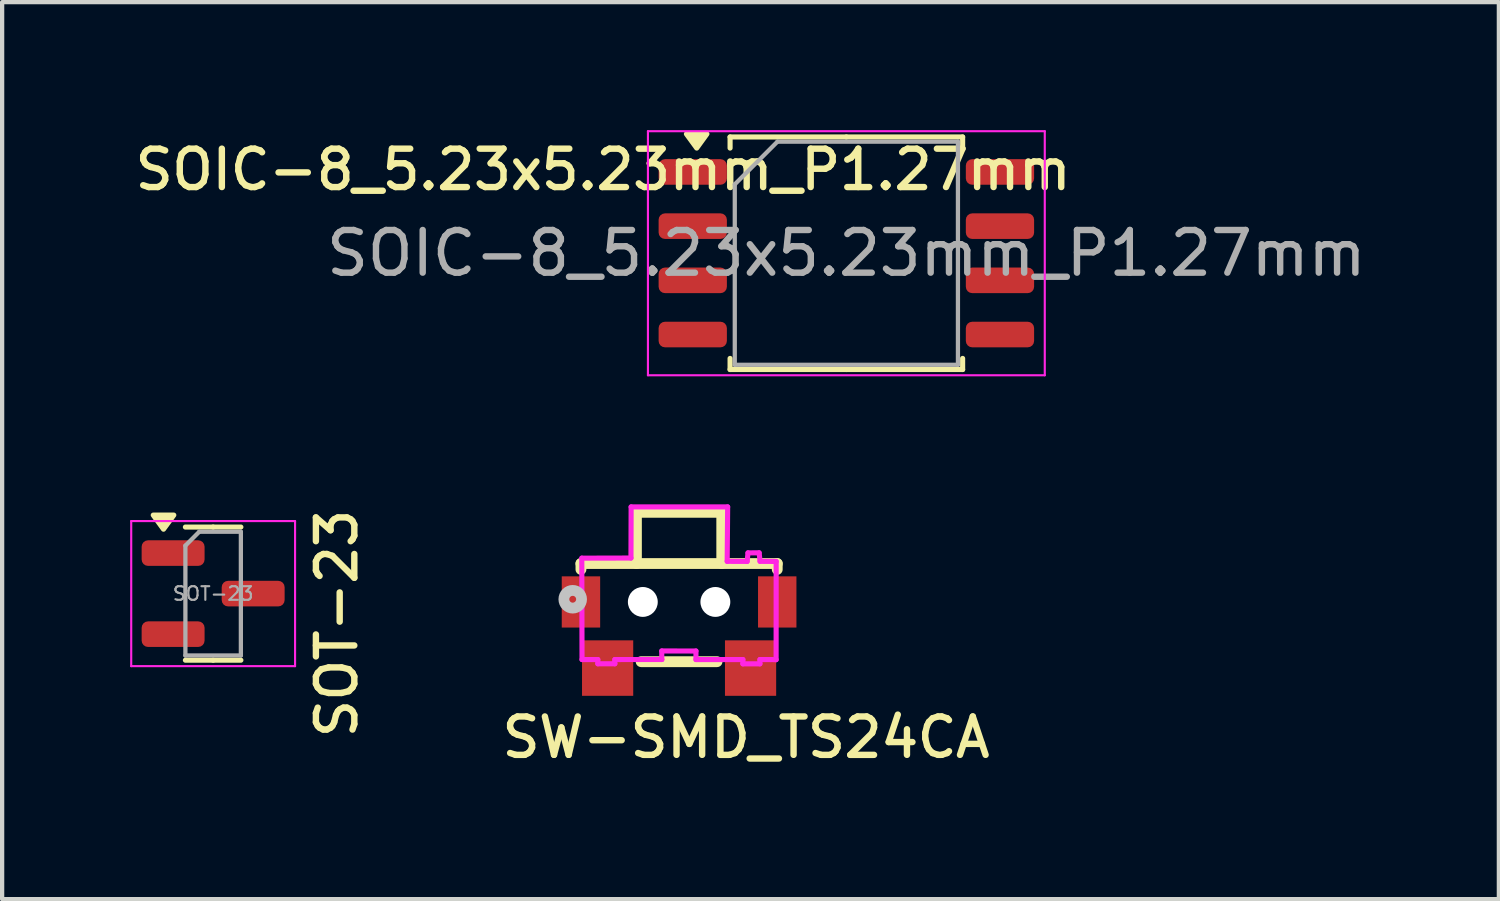
<source format=kicad_pcb>
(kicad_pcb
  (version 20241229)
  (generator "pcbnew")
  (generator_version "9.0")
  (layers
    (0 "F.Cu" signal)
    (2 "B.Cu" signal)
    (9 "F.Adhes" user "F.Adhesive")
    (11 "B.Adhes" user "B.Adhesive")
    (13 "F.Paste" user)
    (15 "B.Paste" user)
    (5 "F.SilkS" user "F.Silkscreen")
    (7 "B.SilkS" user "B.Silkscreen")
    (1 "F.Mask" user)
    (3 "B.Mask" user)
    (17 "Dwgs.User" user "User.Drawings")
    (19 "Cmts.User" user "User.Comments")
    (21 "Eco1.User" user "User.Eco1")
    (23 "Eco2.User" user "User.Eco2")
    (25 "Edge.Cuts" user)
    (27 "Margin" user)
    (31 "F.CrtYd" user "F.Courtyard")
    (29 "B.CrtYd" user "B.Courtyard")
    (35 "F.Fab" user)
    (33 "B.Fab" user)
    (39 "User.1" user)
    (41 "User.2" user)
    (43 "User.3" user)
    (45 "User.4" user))
  (footprint "SOIC-8_5.23x5.23mm_P1.27mm"
    (layer "F.Cu")
    (at 16.785 2.885)
    (property "Reference" "SOIC-8_5.23x5.23mm_P1.27mm" (at -5.7 -1.96 0) (layer "F.SilkS") (effects (font (size 0.9 0.9) (thickness 0.15))))
    (attr smd)
    (fp_line (start -2.725 -2.725) (end -2.725 -2.465) (stroke (width 0.12) (type solid)) (layer "F.SilkS"))
    (fp_line (start -2.725 2.725) (end -2.725 2.465) (stroke (width 0.12) (type solid)) (layer "F.SilkS"))
    (fp_line (start 0 -2.725) (end -2.725 -2.725) (stroke (width 0.12) (type solid)) (layer "F.SilkS"))
    (fp_line (start 0 -2.725) (end 2.725 -2.725) (stroke (width 0.12) (type solid)) (layer "F.SilkS"))
    (fp_line (start 0 2.725) (end -2.725 2.725) (stroke (width 0.12) (type solid)) (layer "F.SilkS"))
    (fp_line (start 0 2.725) (end 2.725 2.725) (stroke (width 0.12) (type solid)) (layer "F.SilkS"))
    (fp_line (start 2.725 -2.725) (end 2.725 -2.465) (stroke (width 0.12) (type solid)) (layer "F.SilkS"))
    (fp_line (start 2.725 2.725) (end 2.725 2.465) (stroke (width 0.12) (type solid)) (layer "F.SilkS"))
    (fp_poly (pts (xy -3.507 -2.465) (xy -3.748 -2.795) (xy -3.268 -2.795) (xy -3.507 -2.465)) (stroke (width 0.12) (type solid)) (fill yes) (layer "F.SilkS"))
    (fp_line (start -4.65 -2.86) (end -4.65 2.86) (stroke (width 0.05) (type solid)) (layer "F.CrtYd"))
    (fp_line (start -4.65 2.86) (end 4.65 2.86) (stroke (width 0.05) (type solid)) (layer "F.CrtYd"))
    (fp_line (start 4.65 -2.86) (end -4.65 -2.86) (stroke (width 0.05) (type solid)) (layer "F.CrtYd"))
    (fp_line (start 4.65 2.86) (end 4.65 -2.86) (stroke (width 0.05) (type solid)) (layer "F.CrtYd"))
    (fp_line (start -2.615 -1.615) (end -1.615 -2.615) (stroke (width 0.1) (type solid)) (layer "F.Fab"))
    (fp_line (start -2.615 2.615) (end -2.615 -1.615) (stroke (width 0.1) (type solid)) (layer "F.Fab"))
    (fp_line (start -1.615 -2.615) (end 2.615 -2.615) (stroke (width 0.1) (type solid)) (layer "F.Fab"))
    (fp_line (start 2.615 -2.615) (end 2.615 2.615) (stroke (width 0.1) (type solid)) (layer "F.Fab"))
    (fp_line (start 2.615 2.615) (end -2.615 2.615) (stroke (width 0.1) (type solid)) (layer "F.Fab"))
    (fp_text user "${REFERENCE}" (at 0 0 0) (layer "F.Fab") (effects (font (size 1 1) (thickness 0.15))))
    (pad "1" smd roundrect (at -3.6 -1.905) (size 1.6 0.6) (layers "F.Cu" "F.Mask" "F.Paste") (roundrect_rratio 0.25))
    (pad "2" smd roundrect (at -3.6 -0.635) (size 1.6 0.6) (layers "F.Cu" "F.Mask" "F.Paste") (roundrect_rratio 0.25))
    (pad "3" smd roundrect (at -3.6 0.635) (size 1.6 0.6) (layers "F.Cu" "F.Mask" "F.Paste") (roundrect_rratio 0.25))
    (pad "4" smd roundrect (at -3.6 1.905) (size 1.6 0.6) (layers "F.Cu" "F.Mask" "F.Paste") (roundrect_rratio 0.25))
    (pad "5" smd roundrect (at 3.6 1.905) (size 1.6 0.6) (layers "F.Cu" "F.Mask" "F.Paste") (roundrect_rratio 0.25))
    (pad "6" smd roundrect (at 3.6 0.635) (size 1.6 0.6) (layers "F.Cu" "F.Mask" "F.Paste") (roundrect_rratio 0.25))
    (pad "7" smd roundrect (at 3.6 -0.635) (size 1.6 0.6) (layers "F.Cu" "F.Mask" "F.Paste") (roundrect_rratio 0.25))
    (pad "8" smd roundrect (at 3.6 -1.905) (size 1.6 0.6) (layers "F.Cu" "F.Mask" "F.Paste") (roundrect_rratio 0.25)))
  (footprint "SOT-23"
    (layer "F.Cu")
    (at 1.945 10.862)
    (property "Reference" "SOT-23" (at 2.9 0.7 90) (layer "F.SilkS") (effects (font (size 0.9 0.9) (thickness 0.15))))
    (attr smd)
    (fp_line (start 0 -1.56) (end -0.65 -1.56) (stroke (width 0.12) (type solid)) (layer "F.SilkS"))
    (fp_line (start 0 -1.56) (end 0.65 -1.56) (stroke (width 0.12) (type solid)) (layer "F.SilkS"))
    (fp_line (start 0 1.56) (end -0.65 1.56) (stroke (width 0.12) (type solid)) (layer "F.SilkS"))
    (fp_line (start 0 1.56) (end 0.65 1.56) (stroke (width 0.12) (type solid)) (layer "F.SilkS"))
    (fp_poly (pts (xy -1.163 -1.51) (xy -1.403 -1.84) (xy -0.922 -1.84) (xy -1.163 -1.51)) (stroke (width 0.12) (type solid)) (fill yes) (layer "F.SilkS"))
    (fp_line (start -1.92 -1.7) (end -1.92 1.7) (stroke (width 0.05) (type solid)) (layer "F.CrtYd"))
    (fp_line (start -1.92 1.7) (end 1.92 1.7) (stroke (width 0.05) (type solid)) (layer "F.CrtYd"))
    (fp_line (start 1.92 -1.7) (end -1.92 -1.7) (stroke (width 0.05) (type solid)) (layer "F.CrtYd"))
    (fp_line (start 1.92 1.7) (end 1.92 -1.7) (stroke (width 0.05) (type solid)) (layer "F.CrtYd"))
    (fp_line (start -0.65 -1.125) (end -0.325 -1.45) (stroke (width 0.1) (type solid)) (layer "F.Fab"))
    (fp_line (start -0.65 1.45) (end -0.65 -1.125) (stroke (width 0.1) (type solid)) (layer "F.Fab"))
    (fp_line (start -0.325 -1.45) (end 0.65 -1.45) (stroke (width 0.1) (type solid)) (layer "F.Fab"))
    (fp_line (start 0.65 -1.45) (end 0.65 1.45) (stroke (width 0.1) (type solid)) (layer "F.Fab"))
    (fp_line (start 0.65 1.45) (end -0.65 1.45) (stroke (width 0.1) (type solid)) (layer "F.Fab"))
    (fp_text user "${REFERENCE}" (at 0 0 0) (layer "F.Fab") (effects (font (size 0.32 0.32) (thickness 0.05))))
    (pad "1" smd roundrect (at -0.938 -0.95) (size 1.475 0.6) (layers "F.Cu" "F.Mask" "F.Paste") (roundrect_rratio 0.25))
    (pad "2" smd roundrect (at -0.938 0.95) (size 1.475 0.6) (layers "F.Cu" "F.Mask" "F.Paste") (roundrect_rratio 0.25))
    (pad "3" smd roundrect (at 0.938 0) (size 1.475 0.6) (layers "F.Cu" "F.Mask" "F.Paste") (roundrect_rratio 0.25)))
  (footprint "SW-SMD_TS24CA"
    (layer "F.Cu")
    (at 12.865 11.832)
    (property "Reference" "SW-SMD_TS24CA" (at -4.23 2.4 0) (layer "F.SilkS") (effects (font (size 0.9 0.9) (thickness 0.15)) (justify left)))
    (attr through_hole)
    (fp_line (start -2.3 -1.675) (end 2.3 -1.675) (stroke (width 0.254) (type solid)) (layer "F.SilkS"))
    (fp_line (start -2.3 -1.537) (end -2.3 -1.675) (stroke (width 0.254) (type solid)) (layer "F.SilkS"))
    (fp_line (start -1 -2.875) (end -1 -1.675) (stroke (width 0.254) (type solid)) (layer "F.SilkS"))
    (fp_line (start -1 -2.875) (end 1 -2.875) (stroke (width 0.254) (type solid)) (layer "F.SilkS"))
    (fp_line (start -0.889 0.625) (end 0.889 0.625) (stroke (width 0.254) (type solid)) (layer "F.SilkS"))
    (fp_line (start 1 -2.875) (end 1 -1.675) (stroke (width 0.254) (type solid)) (layer "F.SilkS"))
    (fp_line (start 2.3 -1.675) (end 2.3 -1.537) (stroke (width 0.254) (type solid)) (layer "F.SilkS"))
    (fp_circle (center -2.493 -0.838) (end -2.413 -0.838) (stroke (width 0.254) (type solid)) (fill no) (layer "Dwgs.User"))
    (fp_circle (center -0.85 -0.775) (end -0.675 -0.775) (stroke (width 0.35) (type solid)) (fill no) (layer "Eco2.User"))
    (fp_circle (center -0.85 -0.775) (end -0.5 -0.775) (stroke (width 0.127) (type solid)) (fill no) (layer "Eco2.User"))
    (fp_circle (center 0.85 -0.775) (end 1.025 -0.775) (stroke (width 0.35) (type solid)) (fill no) (layer "Eco2.User"))
    (fp_circle (center 0.85 -0.775) (end 1.2 -0.775) (stroke (width 0.127) (type solid)) (fill no) (layer "Eco2.User"))
    (fp_poly (pts (xy 2.165 -0.725) (xy 2.275 -0.725) (xy 2.275 -0.726) (xy 2.275 -1.375) (xy 2.166 -1.375) (xy 2.165 -1.374) (xy 2.165 -0.726) (xy 2.166 -0.726)) (stroke (width 0.12) (type solid)) (fill no) (layer "Eco2.User"))
    (fp_poly (pts (xy -2.175 -0.725) (xy -2.274 -0.725) (xy -2.275 -0.725) (xy -2.275 -1.374) (xy -2.273 -1.376) (xy -2.176 -1.376) (xy -2.175 -1.376) (xy -2.175 -0.726) (xy -2.18 -0.726) (xy -2.193 -0.725)) (stroke (width 0.12) (type solid)) (fill no) (layer "Eco2.User"))
    (fp_poly (pts (xy -2.155 0.125) (xy -2.155 0.575) (xy -1.905 0.575) (xy -1.905 0.675) (xy -1.505 0.675) (xy -1.505 0.674) (xy -1.505 0.575) (xy -1.076 0.575) (xy -1.075 0.575) (xy -1.075 0.125) (xy -1.076 0.125) (xy -2.154 0.125) (xy -2.154 0.132) (xy -2.154 0.126)) (stroke (width 0.12) (type solid)) (fill no) (layer "Eco2.User"))
    (fp_poly (pts (xy 2.146 0.124) (xy 2.146 0.573) (xy 1.896 0.573) (xy 1.896 0.673) (xy 1.497 0.673) (xy 1.497 0.574) (xy 1.497 0.573) (xy 1.075 0.575) (xy 1.075 0.576) (xy 1.075 0.462) (xy 1.075 0.349) (xy 1.075 0.127) (xy 1.076 0.125) (xy 2.146 0.123) (xy 2.146 0.131) (xy 2.146 0.124)) (stroke (width 0.12) (type solid)) (fill no) (layer "Eco2.User"))
    (fp_line (start -2.28 -1.801) (end -2.275 0.575) (stroke (width 0.12) (type solid)) (layer "F.CrtYd"))
    (fp_line (start -2.275 0.575) (end -1.905 0.575) (stroke (width 0.12) (type solid)) (layer "F.CrtYd"))
    (fp_line (start -1.905 0.575) (end -1.904 0.674) (stroke (width 0.12) (type solid)) (layer "F.CrtYd"))
    (fp_line (start -1.904 0.674) (end -1.506 0.674) (stroke (width 0.12) (type solid)) (layer "F.CrtYd"))
    (fp_line (start -1.506 0.575) (end -0.406 0.574) (stroke (width 0.12) (type solid)) (layer "F.CrtYd"))
    (fp_line (start -1.506 0.674) (end -1.506 0.575) (stroke (width 0.12) (type solid)) (layer "F.CrtYd"))
    (fp_line (start -1.128 -1.804) (end -2.28 -1.801) (stroke (width 0.12) (type solid)) (layer "F.CrtYd"))
    (fp_line (start -1.124 -3.002) (end -1.128 -1.804) (stroke (width 0.12) (type solid)) (layer "F.CrtYd"))
    (fp_line (start -0.406 0.374) (end 0.395 0.375) (stroke (width 0.12) (type solid)) (layer "F.CrtYd"))
    (fp_line (start -0.406 0.574) (end -0.406 0.374) (stroke (width 0.12) (type solid)) (layer "F.CrtYd"))
    (fp_line (start -0.406 0.574) (end -0.406 0.574) (stroke (width 0.12) (type solid)) (layer "F.CrtYd"))
    (fp_line (start 0.395 0.375) (end 0.395 0.575) (stroke (width 0.12) (type solid)) (layer "F.CrtYd"))
    (fp_line (start 0.395 0.575) (end 1.495 0.575) (stroke (width 0.12) (type solid)) (layer "F.CrtYd"))
    (fp_line (start 1.127 -1.727) (end 1.138 -3.002) (stroke (width 0.12) (type solid)) (layer "F.CrtYd"))
    (fp_line (start 1.138 -3.002) (end -1.124 -3.002) (stroke (width 0.12) (type solid)) (layer "F.CrtYd"))
    (fp_line (start 1.495 0.575) (end 1.495 0.675) (stroke (width 0.12) (type solid)) (layer "F.CrtYd"))
    (fp_line (start 1.495 0.675) (end 1.894 0.675) (stroke (width 0.12) (type solid)) (layer "F.CrtYd"))
    (fp_line (start 1.595 -1.725) (end 1.127 -1.727) (stroke (width 0.12) (type solid)) (layer "F.CrtYd"))
    (fp_line (start 1.615 -1.925) (end 1.595 -1.725) (stroke (width 0.12) (type solid)) (layer "F.CrtYd"))
    (fp_line (start 1.876 -1.926) (end 1.615 -1.925) (stroke (width 0.12) (type solid)) (layer "F.CrtYd"))
    (fp_line (start 1.894 0.675) (end 1.895 0.575) (stroke (width 0.12) (type solid)) (layer "F.CrtYd"))
    (fp_line (start 1.895 0.575) (end 2.145 0.575) (stroke (width 0.12) (type solid)) (layer "F.CrtYd"))
    (fp_line (start 1.897 -1.727) (end 1.876 -1.926) (stroke (width 0.12) (type solid)) (layer "F.CrtYd"))
    (fp_line (start 2.145 0.575) (end 2.274 0.578) (stroke (width 0.12) (type solid)) (layer "F.CrtYd"))
    (fp_line (start 2.274 0.578) (end 2.275 -1.724) (stroke (width 0.12) (type solid)) (layer "F.CrtYd"))
    (fp_line (start 2.275 -1.724) (end 1.897 -1.727) (stroke (width 0.12) (type solid)) (layer "F.CrtYd"))
    (pad "" np_thru_hole circle (at -0.85 -0.775) (size 0.7 0.7) (drill 0.7) (layers "*.Cu" "*.Mask"))
    (pad "" np_thru_hole circle (at 0.85 -0.775) (size 0.7 0.7) (drill 0.7) (layers "*.Cu" "*.Mask"))
    (pad "1" smd rect (at -2.3 -0.775) (size 0.9 1.2) (layers "F.Cu" "F.Mask" "F.Paste"))
    (pad "2" smd rect (at 2.3 -0.775 180) (size 0.9 1.2) (layers "F.Cu" "F.Mask" "F.Paste"))
    (pad "3" smd rect (at -1.675 0.775 180) (size 1.2 1.3) (layers "F.Cu" "F.Mask" "F.Paste"))
    (pad "4" smd rect (at 1.675 0.775 180) (size 1.2 1.3) (layers "F.Cu" "F.Mask" "F.Paste")))
  (gr_rect
    (start -3 -3)
    (end 32.077 18.022)
    (stroke (width 0.1) (type default))
    (fill no)
    (layer "Edge.Cuts")))
</source>
